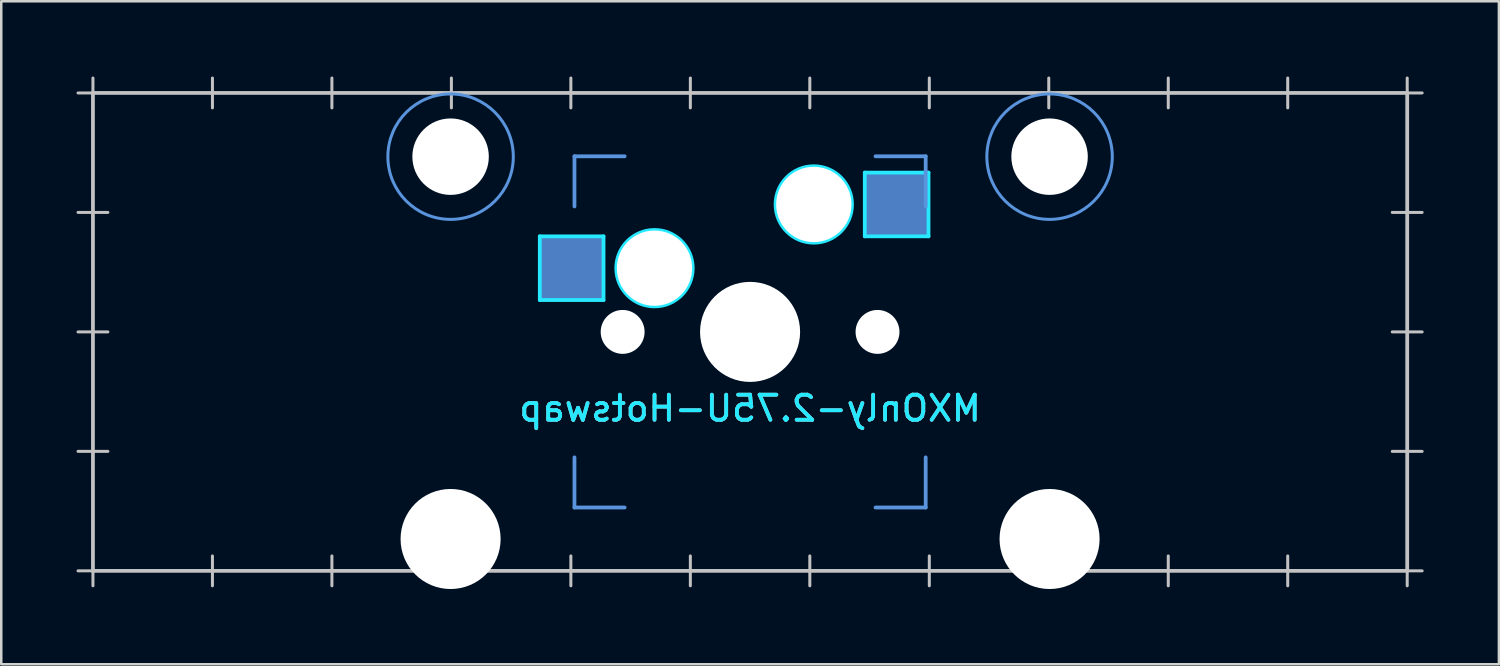
<source format=kicad_pcb>
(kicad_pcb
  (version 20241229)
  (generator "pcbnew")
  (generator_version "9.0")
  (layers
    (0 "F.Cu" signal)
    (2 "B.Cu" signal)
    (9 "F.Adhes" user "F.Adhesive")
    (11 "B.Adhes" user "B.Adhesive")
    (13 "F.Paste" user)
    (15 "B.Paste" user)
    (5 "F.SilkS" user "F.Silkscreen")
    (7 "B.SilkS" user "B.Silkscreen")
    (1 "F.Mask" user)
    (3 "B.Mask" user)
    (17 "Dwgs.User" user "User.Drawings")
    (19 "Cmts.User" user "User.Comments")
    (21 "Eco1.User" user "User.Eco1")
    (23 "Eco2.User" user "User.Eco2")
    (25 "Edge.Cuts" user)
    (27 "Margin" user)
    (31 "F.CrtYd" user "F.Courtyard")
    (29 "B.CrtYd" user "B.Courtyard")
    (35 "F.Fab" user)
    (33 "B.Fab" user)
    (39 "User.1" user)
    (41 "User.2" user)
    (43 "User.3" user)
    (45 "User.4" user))
  (footprint "MXOnly-2.75U-Hotswap"
    (layer "F.Cu")
    (at 26.849 10.18)
    (property "Reference" "MXOnly-2.75U-Hotswap" (at 0 3.048 0) (layer "B.CrtYd") (effects (font (size 1 1) (thickness 0.15)) (justify mirror)))
    (attr smd)
    (fp_line (start -26.789 -9.525) (end -26.194 -9.525) (stroke (width 0.12) (type solid)) (layer "Dwgs.User"))
    (fp_line (start -26.789 -0.000008) (end -25.598 -0.000008) (stroke (width 0.12) (type solid)) (layer "Dwgs.User"))
    (fp_line (start -26.789 4.762) (end -25.598 4.762) (stroke (width 0.12) (type solid)) (layer "Dwgs.User"))
    (fp_line (start -26.789 9.525) (end -26.194 9.525) (stroke (width 0.12) (type solid)) (layer "Dwgs.User"))
    (fp_line (start -26.194 10.12) (end -26.194 9.525) (stroke (width 0.12) (type solid)) (layer "Dwgs.User"))
    (fp_line (start -26.194 -10.12) (end -26.194 -9.525) (stroke (width 0.12) (type solid)) (layer "Dwgs.User"))
    (fp_line (start -26.194 -9.525) (end 26.194 -9.525) (stroke (width 0.15) (type solid)) (layer "Dwgs.User"))
    (fp_line (start -26.194 9.525) (end -26.194 -9.525) (stroke (width 0.15) (type solid)) (layer "Dwgs.User"))
    (fp_line (start -25.598 -4.763) (end -26.789 -4.763) (stroke (width 0.12) (type solid)) (layer "Dwgs.User"))
    (fp_line (start -21.431 8.93) (end -21.431 10.12) (stroke (width 0.12) (type solid)) (layer "Dwgs.User"))
    (fp_line (start -21.431 -10.12) (end -21.431 -8.93) (stroke (width 0.12) (type solid)) (layer "Dwgs.User"))
    (fp_line (start -16.669 8.93) (end -16.669 10.12) (stroke (width 0.12) (type solid)) (layer "Dwgs.User"))
    (fp_line (start -16.669 -10.12) (end -16.669 -8.93) (stroke (width 0.12) (type solid)) (layer "Dwgs.User"))
    (fp_line (start -11.906 10.12) (end -11.906 8.93) (stroke (width 0.12) (type solid)) (layer "Dwgs.User"))
    (fp_line (start -11.906 -8.93) (end -11.906 -10.12) (stroke (width 0.12) (type solid)) (layer "Dwgs.User"))
    (fp_line (start -7.144 8.93) (end -7.144 10.12) (stroke (width 0.12) (type solid)) (layer "Dwgs.User"))
    (fp_line (start -7.144 -10.12) (end -7.144 -8.93) (stroke (width 0.12) (type solid)) (layer "Dwgs.User"))
    (fp_line (start -2.381 10.12) (end -2.381 8.93) (stroke (width 0.12) (type solid)) (layer "Dwgs.User"))
    (fp_line (start -2.381 -8.93) (end -2.381 -10.12) (stroke (width 0.12) (type solid)) (layer "Dwgs.User"))
    (fp_line (start 2.381 8.93) (end 2.381 10.12) (stroke (width 0.12) (type solid)) (layer "Dwgs.User"))
    (fp_line (start 2.381 -10.12) (end 2.381 -8.93) (stroke (width 0.12) (type solid)) (layer "Dwgs.User"))
    (fp_line (start 7.144 10.12) (end 7.144 8.93) (stroke (width 0.12) (type solid)) (layer "Dwgs.User"))
    (fp_line (start 7.144 -8.93) (end 7.144 -10.12) (stroke (width 0.12) (type solid)) (layer "Dwgs.User"))
    (fp_line (start 11.906 10.12) (end 11.906 8.93) (stroke (width 0.12) (type solid)) (layer "Dwgs.User"))
    (fp_line (start 11.906 -8.93) (end 11.906 -10.12) (stroke (width 0.12) (type solid)) (layer "Dwgs.User"))
    (fp_line (start 16.669 8.93) (end 16.669 10.12) (stroke (width 0.12) (type solid)) (layer "Dwgs.User"))
    (fp_line (start 16.669 -8.93) (end 16.669 -10.12) (stroke (width 0.12) (type solid)) (layer "Dwgs.User"))
    (fp_line (start 21.431 8.93) (end 21.431 10.12) (stroke (width 0.12) (type solid)) (layer "Dwgs.User"))
    (fp_line (start 21.431 -8.93) (end 21.431 -10.12) (stroke (width 0.12) (type solid)) (layer "Dwgs.User"))
    (fp_line (start 25.598 4.763) (end 26.789 4.763) (stroke (width 0.12) (type solid)) (layer "Dwgs.User"))
    (fp_line (start 26.194 -9.525) (end 26.194 9.525) (stroke (width 0.15) (type solid)) (layer "Dwgs.User"))
    (fp_line (start 26.194 9.525) (end -26.194 9.525) (stroke (width 0.15) (type solid)) (layer "Dwgs.User"))
    (fp_line (start 26.194 10.12) (end 26.194 9.525) (stroke (width 0.12) (type solid)) (layer "Dwgs.User"))
    (fp_line (start 26.194 -10.12) (end 26.194 -9.525) (stroke (width 0.12) (type solid)) (layer "Dwgs.User"))
    (fp_line (start 26.789 -9.525) (end 26.194 -9.525) (stroke (width 0.12) (type solid)) (layer "Dwgs.User"))
    (fp_line (start 26.789 -4.763) (end 25.598 -4.763) (stroke (width 0.12) (type solid)) (layer "Dwgs.User"))
    (fp_line (start 26.789 0) (end 25.598 0) (stroke (width 0.12) (type solid)) (layer "Dwgs.User"))
    (fp_line (start 26.789 9.525) (end 26.194 9.525) (stroke (width 0.12) (type solid)) (layer "Dwgs.User"))
    (fp_line (start -7 -7) (end -7 -5) (stroke (width 0.15) (type solid)) (layer "Cmts.User"))
    (fp_line (start -7 7) (end -7 5) (stroke (width 0.15) (type solid)) (layer "Cmts.User"))
    (fp_line (start -5 -7) (end -7 -7) (stroke (width 0.15) (type solid)) (layer "Cmts.User"))
    (fp_line (start -5 7) (end -7 7) (stroke (width 0.15) (type solid)) (layer "Cmts.User"))
    (fp_line (start 5 -7) (end 7 -7) (stroke (width 0.15) (type solid)) (layer "Cmts.User"))
    (fp_line (start 7 -7) (end 7 -5) (stroke (width 0.15) (type solid)) (layer "Cmts.User"))
    (fp_line (start 7 5) (end 7 7) (stroke (width 0.15) (type solid)) (layer "Cmts.User"))
    (fp_line (start 7 7) (end 5 7) (stroke (width 0.15) (type solid)) (layer "Cmts.User"))
    (fp_circle (center -11.938 -6.985) (end -9.438 -6.985) (stroke (width 0.12) (type solid)) (fill no) (layer "Cmts.User"))
    (fp_circle (center 11.938 -6.985) (end 14.438 -6.985) (stroke (width 0.12) (type solid)) (fill no) (layer "Cmts.User"))
    (fp_line (start -8.382 -3.81) (end -5.842 -3.81) (stroke (width 0.15) (type solid)) (layer "B.CrtYd"))
    (fp_line (start -8.382 -1.27) (end -8.382 -3.81) (stroke (width 0.15) (type solid)) (layer "B.CrtYd"))
    (fp_line (start -5.842 -3.81) (end -5.842 -1.27) (stroke (width 0.15) (type solid)) (layer "B.CrtYd"))
    (fp_line (start -5.842 -1.27) (end -8.382 -1.27) (stroke (width 0.15) (type solid)) (layer "B.CrtYd"))
    (fp_line (start 4.572 -6.35) (end 7.112 -6.35) (stroke (width 0.15) (type solid)) (layer "B.CrtYd"))
    (fp_line (start 4.572 -3.81) (end 4.572 -6.35) (stroke (width 0.15) (type solid)) (layer "B.CrtYd"))
    (fp_line (start 7.112 -6.35) (end 7.112 -3.81) (stroke (width 0.15) (type solid)) (layer "B.CrtYd"))
    (fp_line (start 7.112 -3.81) (end 4.572 -3.81) (stroke (width 0.15) (type solid)) (layer "B.CrtYd"))
    (fp_circle (center -3.81 -2.54) (end -3.81 -4.064) (stroke (width 0.15) (type solid)) (fill no) (layer "B.CrtYd"))
    (fp_circle (center 2.54 -5.08) (end 2.54 -6.604) (stroke (width 0.15) (type solid)) (fill no) (layer "B.CrtYd"))
    (fp_text user "${REFERENCE}" (at 0 3.048 0) (layer "B.SilkS") (effects (font (size 1 1) (thickness 0.15)) (justify mirror)))
    (pad "" np_thru_hole circle (at -11.938 -6.985) (size 3.048 3.048) (drill 3.048) (layers "*.Cu" "*.Mask"))
    (pad "" np_thru_hole circle (at -11.938 8.255) (size 3.988 3.988) (drill 3.988) (layers "*.Cu" "*.Mask"))
    (pad "" np_thru_hole circle (at -5.08 0 48.1) (size 1.75 1.75) (drill 1.75) (layers "*.Cu" "*.Mask"))
    (pad "" np_thru_hole circle (at -3.81 -2.54) (size 3 3) (drill 3) (layers "*.Cu" "*.Mask"))
    (pad "" np_thru_hole circle (at 0 0) (size 3.988 3.988) (drill 3.988) (layers "*.Cu" "*.Mask"))
    (pad "" np_thru_hole circle (at 2.54 -5.08) (size 3 3) (drill 3) (layers "*.Cu" "*.Mask"))
    (pad "" np_thru_hole circle (at 5.08 0 48.1) (size 1.75 1.75) (drill 1.75) (layers "*.Cu" "*.Mask"))
    (pad "" np_thru_hole circle (at 11.938 -6.985) (size 3.048 3.048) (drill 3.048) (layers "*.Cu" "*.Mask"))
    (pad "" np_thru_hole circle (at 11.938 8.255) (size 3.988 3.988) (drill 3.988) (layers "*.Cu" "*.Mask"))
    (pad "1" smd rect (at -7.085 -2.54) (size 2.55 2.5) (layers "B.Cu" "B.Mask" "B.Paste"))
    (pad "2" smd rect (at 5.842 -5.08) (size 2.55 2.5) (layers "B.Cu" "B.Mask" "B.Paste")))
  (gr_rect
    (start -3 -3)
    (end 56.698 23.429)
    (stroke (width 0.1) (type default))
    (fill no)
    (layer "Edge.Cuts")))
</source>
